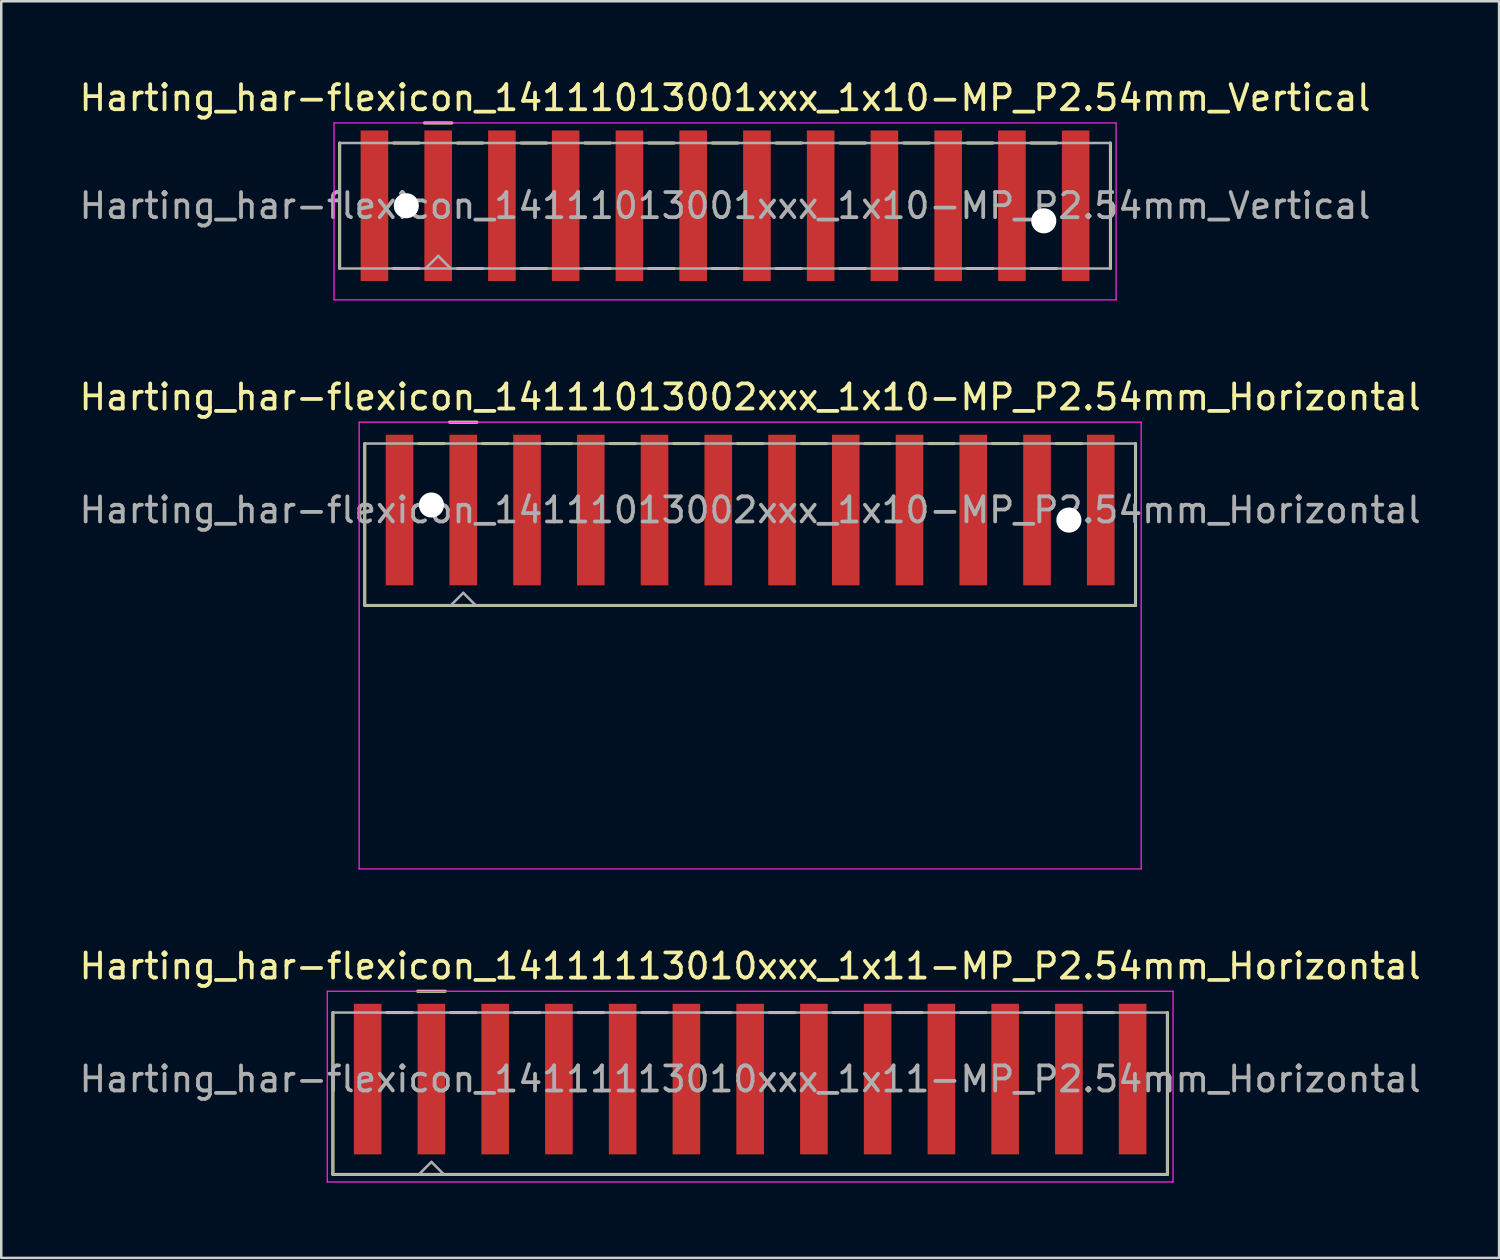
<source format=kicad_pcb>
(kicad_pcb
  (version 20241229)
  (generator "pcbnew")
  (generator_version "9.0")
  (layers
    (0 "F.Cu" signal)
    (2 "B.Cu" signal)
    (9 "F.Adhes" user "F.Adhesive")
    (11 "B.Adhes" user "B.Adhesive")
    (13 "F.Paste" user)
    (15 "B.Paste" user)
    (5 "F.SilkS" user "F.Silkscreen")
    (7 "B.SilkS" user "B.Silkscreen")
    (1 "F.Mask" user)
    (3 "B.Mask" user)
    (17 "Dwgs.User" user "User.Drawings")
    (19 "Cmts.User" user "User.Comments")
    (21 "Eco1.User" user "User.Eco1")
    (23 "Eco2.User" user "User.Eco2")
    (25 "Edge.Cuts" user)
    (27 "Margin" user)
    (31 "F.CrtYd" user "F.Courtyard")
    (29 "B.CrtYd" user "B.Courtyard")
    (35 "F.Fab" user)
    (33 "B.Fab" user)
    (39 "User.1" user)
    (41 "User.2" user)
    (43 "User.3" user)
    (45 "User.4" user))
  (footprint "Harting_har-flexicon_14111013002xxx_1x10-MP_P2.54mm_Horizontal"
    (layer "F.Cu")
    (at 26.839 18.572)
    (property "Reference" "Harting_har-flexicon_14111013002xxx_1x10-MP_P2.54mm_Horizontal" (at 0 -5.8 0) (layer "F.SilkS") (effects (font (size 1 1) (thickness 0.15))))
    (attr smd)
    (fp_line (start -15.355 -3.95) (end -15.355 2.5) (stroke (width 0.12) (type solid)) (layer "F.SilkS"))
    (fp_line (start -13.208 -3.95) (end -12.192 -3.95) (stroke (width 0.12) (type solid)) (layer "F.SilkS"))
    (fp_line (start -11.98 -4.8) (end -10.88 -4.8) (stroke (width 0.12) (type solid)) (layer "F.SilkS"))
    (fp_line (start -10.668 -3.95) (end -9.652 -3.95) (stroke (width 0.12) (type solid)) (layer "F.SilkS"))
    (fp_line (start -8.128 -3.95) (end -7.112 -3.95) (stroke (width 0.12) (type solid)) (layer "F.SilkS"))
    (fp_line (start -5.588 -3.95) (end -4.572 -3.95) (stroke (width 0.12) (type solid)) (layer "F.SilkS"))
    (fp_line (start -3.048 -3.95) (end -2.032 -3.95) (stroke (width 0.12) (type solid)) (layer "F.SilkS"))
    (fp_line (start -0.508 -3.95) (end 0.508 -3.95) (stroke (width 0.12) (type solid)) (layer "F.SilkS"))
    (fp_line (start 2.032 -3.95) (end 3.048 -3.95) (stroke (width 0.12) (type solid)) (layer "F.SilkS"))
    (fp_line (start 4.572 -3.95) (end 5.588 -3.95) (stroke (width 0.12) (type solid)) (layer "F.SilkS"))
    (fp_line (start 7.112 -3.95) (end 8.128 -3.95) (stroke (width 0.12) (type solid)) (layer "F.SilkS"))
    (fp_line (start 9.652 -3.95) (end 10.668 -3.95) (stroke (width 0.12) (type solid)) (layer "F.SilkS"))
    (fp_line (start 12.192 -3.95) (end 13.208 -3.95) (stroke (width 0.12) (type solid)) (layer "F.SilkS"))
    (fp_line (start 15.355 -3.95) (end 15.355 2.5) (stroke (width 0.12) (type solid)) (layer "F.SilkS"))
    (fp_line (start 15.355 2.5) (end -15.355 2.5) (stroke (width 0.12) (type solid)) (layer "F.SilkS"))
    (fp_line (start -15.58 -4.8) (end -15.58 13) (stroke (width 0.05) (type solid)) (layer "F.CrtYd"))
    (fp_line (start -15.58 13) (end 15.58 13) (stroke (width 0.05) (type solid)) (layer "F.CrtYd"))
    (fp_line (start 15.58 -4.8) (end -15.58 -4.8) (stroke (width 0.05) (type solid)) (layer "F.CrtYd"))
    (fp_line (start 15.58 13) (end 15.58 -4.8) (stroke (width 0.05) (type solid)) (layer "F.CrtYd"))
    (fp_line (start -15.355 -3.95) (end -15.355 2.5) (stroke (width 0.1) (type solid)) (layer "F.Fab"))
    (fp_line (start -15.355 2.5) (end 15.355 2.5) (stroke (width 0.1) (type solid)) (layer "F.Fab"))
    (fp_line (start -11.93 2.5) (end -11.43 2) (stroke (width 0.1) (type solid)) (layer "F.Fab"))
    (fp_line (start -11.43 2) (end -10.93 2.5) (stroke (width 0.1) (type solid)) (layer "F.Fab"))
    (fp_line (start 15.355 -3.95) (end -15.355 -3.95) (stroke (width 0.1) (type solid)) (layer "F.Fab"))
    (fp_line (start 15.355 2.5) (end 15.355 -3.95) (stroke (width 0.1) (type solid)) (layer "F.Fab"))
    (fp_text user "${REFERENCE}" (at 0 -1.3 0) (layer "F.Fab") (effects (font (size 1 1) (thickness 0.15))))
    (pad "" np_thru_hole circle (at -12.7 -1.5) (size 1 1) (drill 1) (layers "*.Cu" "*.Mask"))
    (pad "" np_thru_hole circle (at 12.7 -0.9) (size 1 1) (drill 1) (layers "*.Cu" "*.Mask"))
    (pad "1" smd rect (at -11.43 -1.3) (size 1.1 6) (layers "F.Cu" "F.Mask" "F.Paste"))
    (pad "2" smd rect (at -8.89 -1.3) (size 1.1 6) (layers "F.Cu" "F.Mask" "F.Paste"))
    (pad "3" smd rect (at -6.35 -1.3) (size 1.1 6) (layers "F.Cu" "F.Mask" "F.Paste"))
    (pad "4" smd rect (at -3.81 -1.3) (size 1.1 6) (layers "F.Cu" "F.Mask" "F.Paste"))
    (pad "5" smd rect (at -1.27 -1.3) (size 1.1 6) (layers "F.Cu" "F.Mask" "F.Paste"))
    (pad "6" smd rect (at 1.27 -1.3) (size 1.1 6) (layers "F.Cu" "F.Mask" "F.Paste"))
    (pad "7" smd rect (at 3.81 -1.3) (size 1.1 6) (layers "F.Cu" "F.Mask" "F.Paste"))
    (pad "8" smd rect (at 6.35 -1.3) (size 1.1 6) (layers "F.Cu" "F.Mask" "F.Paste"))
    (pad "9" smd rect (at 8.89 -1.3) (size 1.1 6) (layers "F.Cu" "F.Mask" "F.Paste"))
    (pad "10" smd rect (at 11.43 -1.3) (size 1.1 6) (layers "F.Cu" "F.Mask" "F.Paste"))
    (pad "MP" smd rect (at -13.97 -1.3) (size 1.1 6) (layers "F.Cu" "F.Mask" "F.Paste"))
    (pad "MP" smd rect (at 13.97 -1.3) (size 1.1 6) (layers "F.Cu" "F.Mask" "F.Paste")))
  (footprint "Harting_har-flexicon_14111013001xxx_1x10-MP_P2.54mm_Vertical"
    (layer "F.Cu")
    (at 25.839 5.148)
    (property "Reference" "Harting_har-flexicon_14111013001xxx_1x10-MP_P2.54mm_Vertical" (at 0 -4.3 0) (layer "F.SilkS") (effects (font (size 1 1) (thickness 0.15))))
    (attr smd)
    (fp_line (start -15.355 -2.5) (end -15.355 2.5) (stroke (width 0.12) (type solid)) (layer "F.SilkS"))
    (fp_line (start -13.208 -2.5) (end -12.192 -2.5) (stroke (width 0.12) (type solid)) (layer "F.SilkS"))
    (fp_line (start -13.208 2.5) (end -12.192 2.5) (stroke (width 0.12) (type solid)) (layer "F.SilkS"))
    (fp_line (start -11.98 -3.3) (end -10.88 -3.3) (stroke (width 0.12) (type solid)) (layer "F.SilkS"))
    (fp_line (start -10.668 -2.5) (end -9.652 -2.5) (stroke (width 0.12) (type solid)) (layer "F.SilkS"))
    (fp_line (start -10.668 2.5) (end -9.652 2.5) (stroke (width 0.12) (type solid)) (layer "F.SilkS"))
    (fp_line (start -8.128 -2.5) (end -7.112 -2.5) (stroke (width 0.12) (type solid)) (layer "F.SilkS"))
    (fp_line (start -8.128 2.5) (end -7.112 2.5) (stroke (width 0.12) (type solid)) (layer "F.SilkS"))
    (fp_line (start -5.588 -2.5) (end -4.572 -2.5) (stroke (width 0.12) (type solid)) (layer "F.SilkS"))
    (fp_line (start -5.588 2.5) (end -4.572 2.5) (stroke (width 0.12) (type solid)) (layer "F.SilkS"))
    (fp_line (start -3.048 -2.5) (end -2.032 -2.5) (stroke (width 0.12) (type solid)) (layer "F.SilkS"))
    (fp_line (start -3.048 2.5) (end -2.032 2.5) (stroke (width 0.12) (type solid)) (layer "F.SilkS"))
    (fp_line (start -0.508 -2.5) (end 0.508 -2.5) (stroke (width 0.12) (type solid)) (layer "F.SilkS"))
    (fp_line (start -0.508 2.5) (end 0.508 2.5) (stroke (width 0.12) (type solid)) (layer "F.SilkS"))
    (fp_line (start 2.032 -2.5) (end 3.048 -2.5) (stroke (width 0.12) (type solid)) (layer "F.SilkS"))
    (fp_line (start 2.032 2.5) (end 3.048 2.5) (stroke (width 0.12) (type solid)) (layer "F.SilkS"))
    (fp_line (start 4.572 -2.5) (end 5.588 -2.5) (stroke (width 0.12) (type solid)) (layer "F.SilkS"))
    (fp_line (start 4.572 2.5) (end 5.588 2.5) (stroke (width 0.12) (type solid)) (layer "F.SilkS"))
    (fp_line (start 7.112 -2.5) (end 8.128 -2.5) (stroke (width 0.12) (type solid)) (layer "F.SilkS"))
    (fp_line (start 7.112 2.5) (end 8.128 2.5) (stroke (width 0.12) (type solid)) (layer "F.SilkS"))
    (fp_line (start 9.652 -2.5) (end 10.668 -2.5) (stroke (width 0.12) (type solid)) (layer "F.SilkS"))
    (fp_line (start 9.652 2.5) (end 10.668 2.5) (stroke (width 0.12) (type solid)) (layer "F.SilkS"))
    (fp_line (start 12.192 -2.5) (end 13.208 -2.5) (stroke (width 0.12) (type solid)) (layer "F.SilkS"))
    (fp_line (start 12.192 2.5) (end 13.208 2.5) (stroke (width 0.12) (type solid)) (layer "F.SilkS"))
    (fp_line (start 15.355 -2.5) (end 15.355 2.5) (stroke (width 0.12) (type solid)) (layer "F.SilkS"))
    (fp_line (start -15.58 -3.3) (end -15.58 3.75) (stroke (width 0.05) (type solid)) (layer "F.CrtYd"))
    (fp_line (start -15.58 3.75) (end 15.58 3.75) (stroke (width 0.05) (type solid)) (layer "F.CrtYd"))
    (fp_line (start 15.58 -3.3) (end -15.58 -3.3) (stroke (width 0.05) (type solid)) (layer "F.CrtYd"))
    (fp_line (start 15.58 3.75) (end 15.58 -3.3) (stroke (width 0.05) (type solid)) (layer "F.CrtYd"))
    (fp_line (start -15.355 -2.5) (end -15.355 2.5) (stroke (width 0.1) (type solid)) (layer "F.Fab"))
    (fp_line (start -15.355 2.5) (end 15.355 2.5) (stroke (width 0.1) (type solid)) (layer "F.Fab"))
    (fp_line (start -11.93 2.5) (end -11.43 2) (stroke (width 0.1) (type solid)) (layer "F.Fab"))
    (fp_line (start -11.43 2) (end -10.93 2.5) (stroke (width 0.1) (type solid)) (layer "F.Fab"))
    (fp_line (start 15.355 -2.5) (end -15.355 -2.5) (stroke (width 0.1) (type solid)) (layer "F.Fab"))
    (fp_line (start 15.355 2.5) (end 15.355 -2.5) (stroke (width 0.1) (type solid)) (layer "F.Fab"))
    (fp_text user "${REFERENCE}" (at 0 0 0) (layer "F.Fab") (effects (font (size 1 1) (thickness 0.15))))
    (pad "" np_thru_hole circle (at -12.7 0) (size 1 1) (drill 1) (layers "*.Cu" "*.Mask"))
    (pad "" np_thru_hole circle (at 12.7 0.6) (size 1 1) (drill 1) (layers "*.Cu" "*.Mask"))
    (pad "1" smd rect (at -11.43 0) (size 1.1 6) (layers "F.Cu" "F.Mask" "F.Paste"))
    (pad "2" smd rect (at -8.89 0) (size 1.1 6) (layers "F.Cu" "F.Mask" "F.Paste"))
    (pad "3" smd rect (at -6.35 0) (size 1.1 6) (layers "F.Cu" "F.Mask" "F.Paste"))
    (pad "4" smd rect (at -3.81 0) (size 1.1 6) (layers "F.Cu" "F.Mask" "F.Paste"))
    (pad "5" smd rect (at -1.27 0) (size 1.1 6) (layers "F.Cu" "F.Mask" "F.Paste"))
    (pad "6" smd rect (at 1.27 0) (size 1.1 6) (layers "F.Cu" "F.Mask" "F.Paste"))
    (pad "7" smd rect (at 3.81 0) (size 1.1 6) (layers "F.Cu" "F.Mask" "F.Paste"))
    (pad "8" smd rect (at 6.35 0) (size 1.1 6) (layers "F.Cu" "F.Mask" "F.Paste"))
    (pad "9" smd rect (at 8.89 0) (size 1.1 6) (layers "F.Cu" "F.Mask" "F.Paste"))
    (pad "10" smd rect (at 11.43 0) (size 1.1 6) (layers "F.Cu" "F.Mask" "F.Paste"))
    (pad "MP" smd rect (at -13.97 0) (size 1.1 6) (layers "F.Cu" "F.Mask" "F.Paste"))
    (pad "MP" smd rect (at 13.97 0) (size 1.1 6) (layers "F.Cu" "F.Mask" "F.Paste")))
  (footprint "Harting_har-flexicon_14111113010xxx_1x11-MP_P2.54mm_Horizontal"
    (layer "F.Cu")
    (at 26.839 41.245)
    (property "Reference" "Harting_har-flexicon_14111113010xxx_1x11-MP_P2.54mm_Horizontal" (at 0 -5.8 0) (layer "F.SilkS") (effects (font (size 1 1) (thickness 0.15))))
    (attr smd)
    (fp_line (start -16.625 -3.95) (end -16.625 2.5) (stroke (width 0.12) (type solid)) (layer "F.SilkS"))
    (fp_line (start -14.478 -3.95) (end -13.462 -3.95) (stroke (width 0.12) (type solid)) (layer "F.SilkS"))
    (fp_line (start -13.25 -4.8) (end -12.15 -4.8) (stroke (width 0.12) (type solid)) (layer "F.SilkS"))
    (fp_line (start -11.938 -3.95) (end -10.922 -3.95) (stroke (width 0.12) (type solid)) (layer "F.SilkS"))
    (fp_line (start -9.398 -3.95) (end -8.382 -3.95) (stroke (width 0.12) (type solid)) (layer "F.SilkS"))
    (fp_line (start -6.858 -3.95) (end -5.842 -3.95) (stroke (width 0.12) (type solid)) (layer "F.SilkS"))
    (fp_line (start -4.318 -3.95) (end -3.302 -3.95) (stroke (width 0.12) (type solid)) (layer "F.SilkS"))
    (fp_line (start -1.778 -3.95) (end -0.762 -3.95) (stroke (width 0.12) (type solid)) (layer "F.SilkS"))
    (fp_line (start 0.762 -3.95) (end 1.778 -3.95) (stroke (width 0.12) (type solid)) (layer "F.SilkS"))
    (fp_line (start 3.302 -3.95) (end 4.318 -3.95) (stroke (width 0.12) (type solid)) (layer "F.SilkS"))
    (fp_line (start 5.842 -3.95) (end 6.858 -3.95) (stroke (width 0.12) (type solid)) (layer "F.SilkS"))
    (fp_line (start 8.382 -3.95) (end 9.398 -3.95) (stroke (width 0.12) (type solid)) (layer "F.SilkS"))
    (fp_line (start 10.922 -3.95) (end 11.938 -3.95) (stroke (width 0.12) (type solid)) (layer "F.SilkS"))
    (fp_line (start 13.462 -3.95) (end 14.478 -3.95) (stroke (width 0.12) (type solid)) (layer "F.SilkS"))
    (fp_line (start 16.625 -3.95) (end 16.625 2.5) (stroke (width 0.12) (type solid)) (layer "F.SilkS"))
    (fp_line (start 16.625 2.5) (end -16.625 2.5) (stroke (width 0.12) (type solid)) (layer "F.SilkS"))
    (fp_line (start -16.85 -4.8) (end -16.85 2.8) (stroke (width 0.05) (type solid)) (layer "F.CrtYd"))
    (fp_line (start -16.85 2.8) (end 16.85 2.8) (stroke (width 0.05) (type solid)) (layer "F.CrtYd"))
    (fp_line (start 16.85 -4.8) (end -16.85 -4.8) (stroke (width 0.05) (type solid)) (layer "F.CrtYd"))
    (fp_line (start 16.85 2.8) (end 16.85 -4.8) (stroke (width 0.05) (type solid)) (layer "F.CrtYd"))
    (fp_line (start -16.625 -3.95) (end -16.625 2.5) (stroke (width 0.1) (type solid)) (layer "F.Fab"))
    (fp_line (start -16.625 2.5) (end 16.625 2.5) (stroke (width 0.1) (type solid)) (layer "F.Fab"))
    (fp_line (start -13.2 2.5) (end -12.7 2) (stroke (width 0.1) (type solid)) (layer "F.Fab"))
    (fp_line (start -12.7 2) (end -12.2 2.5) (stroke (width 0.1) (type solid)) (layer "F.Fab"))
    (fp_line (start 16.625 -3.95) (end -16.625 -3.95) (stroke (width 0.1) (type solid)) (layer "F.Fab"))
    (fp_line (start 16.625 2.5) (end 16.625 -3.95) (stroke (width 0.1) (type solid)) (layer "F.Fab"))
    (fp_text user "${REFERENCE}" (at 0 -1.3 0) (layer "F.Fab") (effects (font (size 1 1) (thickness 0.15))))
    (pad "1" smd rect (at -12.7 -1.3) (size 1.1 6) (layers "F.Cu" "F.Mask" "F.Paste"))
    (pad "2" smd rect (at -10.16 -1.3) (size 1.1 6) (layers "F.Cu" "F.Mask" "F.Paste"))
    (pad "3" smd rect (at -7.62 -1.3) (size 1.1 6) (layers "F.Cu" "F.Mask" "F.Paste"))
    (pad "4" smd rect (at -5.08 -1.3) (size 1.1 6) (layers "F.Cu" "F.Mask" "F.Paste"))
    (pad "5" smd rect (at -2.54 -1.3) (size 1.1 6) (layers "F.Cu" "F.Mask" "F.Paste"))
    (pad "6" smd rect (at 0 -1.3) (size 1.1 6) (layers "F.Cu" "F.Mask" "F.Paste"))
    (pad "7" smd rect (at 2.54 -1.3) (size 1.1 6) (layers "F.Cu" "F.Mask" "F.Paste"))
    (pad "8" smd rect (at 5.08 -1.3) (size 1.1 6) (layers "F.Cu" "F.Mask" "F.Paste"))
    (pad "9" smd rect (at 7.62 -1.3) (size 1.1 6) (layers "F.Cu" "F.Mask" "F.Paste"))
    (pad "10" smd rect (at 10.16 -1.3) (size 1.1 6) (layers "F.Cu" "F.Mask" "F.Paste"))
    (pad "11" smd rect (at 12.7 -1.3) (size 1.1 6) (layers "F.Cu" "F.Mask" "F.Paste"))
    (pad "MP" smd rect (at -15.24 -1.3) (size 1.1 6) (layers "F.Cu" "F.Mask" "F.Paste"))
    (pad "MP" smd rect (at 15.24 -1.3) (size 1.1 6) (layers "F.Cu" "F.Mask" "F.Paste")))
  (gr_rect
    (start -3 -3)
    (end 56.679 47.07)
    (stroke (width 0.1) (type default))
    (fill no)
    (layer "Edge.Cuts")))
</source>
